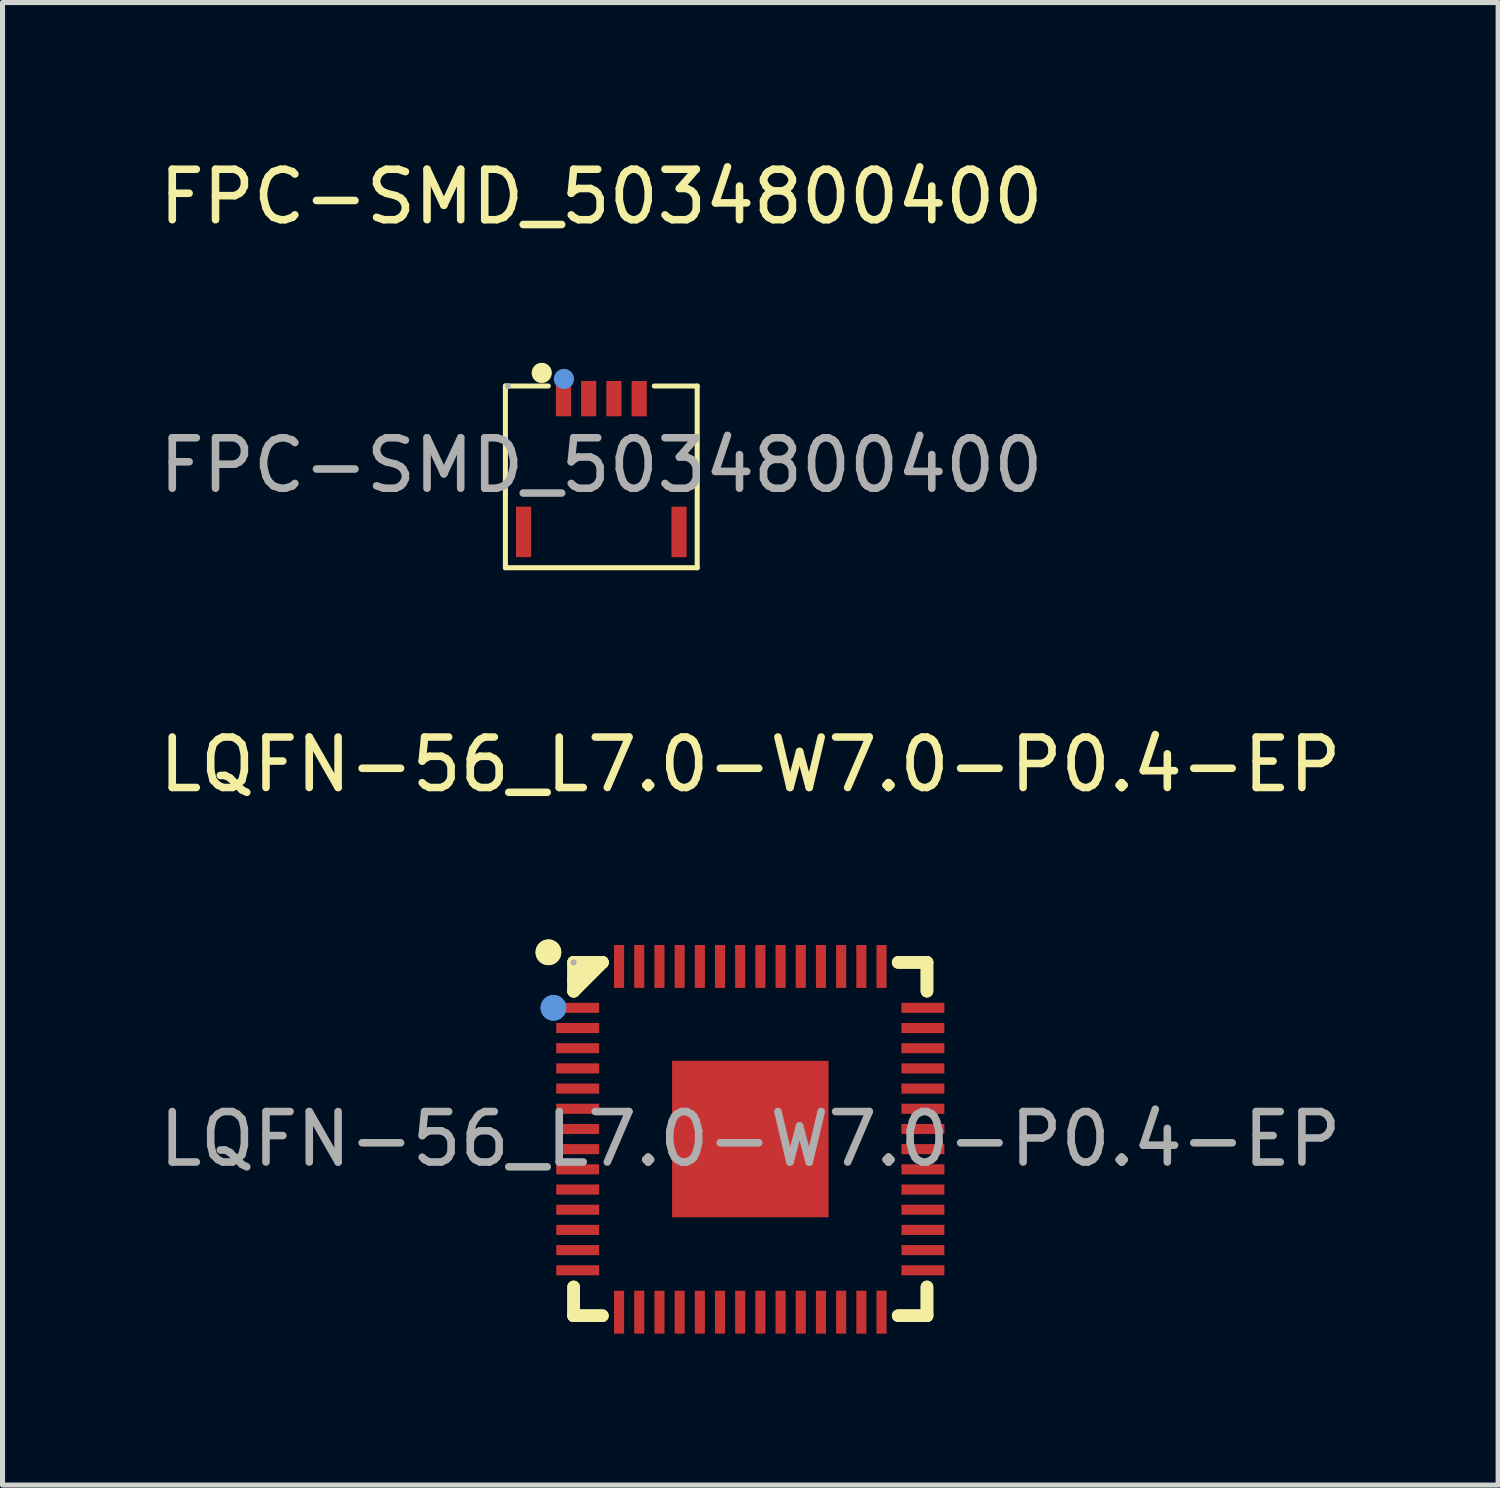
<source format=kicad_pcb>
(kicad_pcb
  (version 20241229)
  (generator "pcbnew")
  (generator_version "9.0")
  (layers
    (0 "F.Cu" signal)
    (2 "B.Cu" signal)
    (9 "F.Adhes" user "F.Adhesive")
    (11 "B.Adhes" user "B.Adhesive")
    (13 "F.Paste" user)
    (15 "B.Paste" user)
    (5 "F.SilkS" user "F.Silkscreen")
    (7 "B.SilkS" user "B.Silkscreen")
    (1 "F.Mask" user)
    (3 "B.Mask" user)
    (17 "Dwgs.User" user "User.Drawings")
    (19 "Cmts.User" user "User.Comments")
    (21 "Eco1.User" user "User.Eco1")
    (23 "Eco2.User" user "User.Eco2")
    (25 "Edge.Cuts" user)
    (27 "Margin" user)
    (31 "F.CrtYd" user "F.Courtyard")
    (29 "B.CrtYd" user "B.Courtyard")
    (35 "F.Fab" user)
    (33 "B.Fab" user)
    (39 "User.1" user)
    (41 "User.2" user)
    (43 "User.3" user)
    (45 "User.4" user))
  (footprint "FPC-SMD_5034800400"
    (layer "F.Cu")
    (at 8.863 6.168)
    (property "Reference" "FPC-SMD_5034800400" (at 0 -5.32 0) (layer "F.SilkS") (effects (font (size 1 1) (thickness 0.15))))
    (attr smd)
    (fp_line (start -1.9 -1.57) (end -1.05 -1.57) (stroke (width 0.1) (type solid)) (layer "F.SilkS"))
    (fp_line (start -1.9 2.03) (end -1.9 -1.57) (stroke (width 0.1) (type solid)) (layer "F.SilkS"))
    (fp_line (start 1.05 -1.57) (end 1.9 -1.57) (stroke (width 0.1) (type solid)) (layer "F.SilkS"))
    (fp_line (start 1.9 -1.57) (end 1.9 2.03) (stroke (width 0.1) (type solid)) (layer "F.SilkS"))
    (fp_line (start 1.9 2.03) (end -1.9 2.03) (stroke (width 0.1) (type solid)) (layer "F.SilkS"))
    (fp_circle (center -1.18 -1.83) (end -1.08 -1.83) (stroke (width 0.2) (type solid)) (fill no) (layer "F.SilkS"))
    (fp_circle (center -0.74 -1.71) (end -0.64 -1.71) (stroke (width 0.2) (type solid)) (fill no) (layer "Cmts.User"))
    (fp_circle (center -1.85 -1.57) (end -1.82 -1.57) (stroke (width 0.06) (type solid)) (fill no) (layer "F.Fab"))
    (fp_text user "${REFERENCE}" (at 0 0 0) (layer "F.Fab") (effects (font (size 1 1) (thickness 0.15))))
    (pad "1" smd rect (at -0.75 -1.32) (size 0.3 0.7) (layers "F.Cu" "F.Mask" "F.Paste"))
    (pad "2" smd rect (at -0.25 -1.32) (size 0.3 0.7) (layers "F.Cu" "F.Mask" "F.Paste"))
    (pad "3" smd rect (at 0.25 -1.32) (size 0.3 0.7) (layers "F.Cu" "F.Mask" "F.Paste"))
    (pad "4" smd rect (at 0.75 -1.32) (size 0.3 0.7) (layers "F.Cu" "F.Mask" "F.Paste"))
    (pad "5" smd rect (at 1.54 1.32) (size 0.3 1) (layers "F.Cu" "F.Mask" "F.Paste"))
    (pad "6" smd rect (at -1.54 1.32) (size 0.3 1) (layers "F.Cu" "F.Mask" "F.Paste")))
  (footprint "LQFN-56_L7.0-W7.0-P0.4-EP"
    (layer "F.Cu")
    (at 11.815 19.517)
    (property "Reference" "LQFN-56_L7.0-W7.0-P0.4-EP" (at 0 -7.42 0) (layer "F.SilkS") (effects (font (size 1 1) (thickness 0.15))))
    (attr smd)
    (fp_line (start -3.5 -3.5) (end -2.93 -3.5) (stroke (width 0.25) (type solid)) (layer "F.SilkS"))
    (fp_line (start -3.5 -3.5) (end -2.93 -3.5) (stroke (width 0.25) (type solid)) (layer "F.SilkS"))
    (fp_line (start -3.5 -2.93) (end -3.5 -3.5) (stroke (width 0.25) (type solid)) (layer "F.SilkS"))
    (fp_line (start -3.5 -2.93) (end -3.5 -3.5) (stroke (width 0.25) (type solid)) (layer "F.SilkS"))
    (fp_line (start -3.5 -2.93) (end -2.93 -3.5) (stroke (width 0.25) (type solid)) (layer "F.SilkS"))
    (fp_line (start -3.5 -2.93) (end -2.93 -3.5) (stroke (width 0.25) (type solid)) (layer "F.SilkS"))
    (fp_line (start -3.5 3.5) (end -3.5 2.93) (stroke (width 0.25) (type solid)) (layer "F.SilkS"))
    (fp_line (start -3.5 3.5) (end -3.5 2.93) (stroke (width 0.25) (type solid)) (layer "F.SilkS"))
    (fp_line (start -3.4 3.5) (end -3.5 3.5) (stroke (width 0.25) (type solid)) (layer "F.SilkS"))
    (fp_line (start -3.4 3.5) (end -3.5 3.5) (stroke (width 0.25) (type solid)) (layer "F.SilkS"))
    (fp_line (start -3.24 -3.5) (end -3.24 -3.4) (stroke (width 0.25) (type solid)) (layer "F.SilkS"))
    (fp_line (start -3.24 -3.5) (end -3.24 -3.4) (stroke (width 0.25) (type solid)) (layer "F.SilkS"))
    (fp_line (start -3.24 -3.4) (end -3.5 -3.14) (stroke (width 0.25) (type solid)) (layer "F.SilkS"))
    (fp_line (start -3.24 -3.4) (end -3.5 -3.14) (stroke (width 0.25) (type solid)) (layer "F.SilkS"))
    (fp_line (start -2.93 3.5) (end -3.4 3.5) (stroke (width 0.25) (type solid)) (layer "F.SilkS"))
    (fp_line (start -2.93 3.5) (end -3.4 3.5) (stroke (width 0.25) (type solid)) (layer "F.SilkS"))
    (fp_line (start 2.93 -3.5) (end 3.5 -3.5) (stroke (width 0.25) (type solid)) (layer "F.SilkS"))
    (fp_line (start 2.93 -3.5) (end 3.5 -3.5) (stroke (width 0.25) (type solid)) (layer "F.SilkS"))
    (fp_line (start 3.5 -3.5) (end 3.5 -2.93) (stroke (width 0.25) (type solid)) (layer "F.SilkS"))
    (fp_line (start 3.5 -3.5) (end 3.5 -2.93) (stroke (width 0.25) (type solid)) (layer "F.SilkS"))
    (fp_line (start 3.5 2.93) (end 3.5 3.5) (stroke (width 0.25) (type solid)) (layer "F.SilkS"))
    (fp_line (start 3.5 2.93) (end 3.5 3.5) (stroke (width 0.25) (type solid)) (layer "F.SilkS"))
    (fp_line (start 3.5 3.5) (end 2.93 3.5) (stroke (width 0.25) (type solid)) (layer "F.SilkS"))
    (fp_line (start 3.5 3.5) (end 2.93 3.5) (stroke (width 0.25) (type solid)) (layer "F.SilkS"))
    (fp_circle (center -4 -3.7) (end -3.87 -3.7) (stroke (width 0.25) (type solid)) (fill no) (layer "F.SilkS"))
    (fp_circle (center -4 -3.7) (end -3.87 -3.7) (stroke (width 0.25) (type solid)) (fill no) (layer "F.SilkS"))
    (fp_circle (center -3.9 -2.6) (end -3.77 -2.6) (stroke (width 0.25) (type solid)) (fill no) (layer "Cmts.User"))
    (fp_circle (center -3.9 -2.6) (end -3.77 -2.6) (stroke (width 0.25) (type solid)) (fill no) (layer "Cmts.User"))
    (fp_circle (center -3.5 -3.5) (end -3.47 -3.5) (stroke (width 0.06) (type solid)) (fill no) (layer "F.Fab"))
    (fp_text user "${REFERENCE}" (at 0 0 0) (layer "F.Fab") (effects (font (size 1 1) (thickness 0.15))))
    (pad "1" smd rect (at -3.42 -2.6) (size 0.85 0.2) (layers "F.Cu" "F.Mask" "F.Paste"))
    (pad "2" smd rect (at -3.42 -2.2) (size 0.85 0.2) (layers "F.Cu" "F.Mask" "F.Paste"))
    (pad "3" smd rect (at -3.42 -1.8) (size 0.85 0.2) (layers "F.Cu" "F.Mask" "F.Paste"))
    (pad "4" smd rect (at -3.42 -1.4) (size 0.85 0.2) (layers "F.Cu" "F.Mask" "F.Paste"))
    (pad "5" smd rect (at -3.42 -1) (size 0.85 0.2) (layers "F.Cu" "F.Mask" "F.Paste"))
    (pad "6" smd rect (at -3.42 -0.6) (size 0.85 0.2) (layers "F.Cu" "F.Mask" "F.Paste"))
    (pad "7" smd rect (at -3.42 -0.2) (size 0.85 0.2) (layers "F.Cu" "F.Mask" "F.Paste"))
    (pad "8" smd rect (at -3.42 0.2) (size 0.85 0.2) (layers "F.Cu" "F.Mask" "F.Paste"))
    (pad "9" smd rect (at -3.42 0.6) (size 0.85 0.2) (layers "F.Cu" "F.Mask" "F.Paste"))
    (pad "10" smd rect (at -3.42 1) (size 0.85 0.2) (layers "F.Cu" "F.Mask" "F.Paste"))
    (pad "11" smd rect (at -3.42 1.4) (size 0.85 0.2) (layers "F.Cu" "F.Mask" "F.Paste"))
    (pad "12" smd rect (at -3.42 1.8) (size 0.85 0.2) (layers "F.Cu" "F.Mask" "F.Paste"))
    (pad "13" smd rect (at -3.42 2.2) (size 0.85 0.2) (layers "F.Cu" "F.Mask" "F.Paste"))
    (pad "14" smd rect (at -3.42 2.6) (size 0.85 0.2) (layers "F.Cu" "F.Mask" "F.Paste"))
    (pad "15" smd rect (at -2.6 3.43 90) (size 0.85 0.2) (layers "F.Cu" "F.Mask" "F.Paste"))
    (pad "16" smd rect (at -2.2 3.43 90) (size 0.85 0.2) (layers "F.Cu" "F.Mask" "F.Paste"))
    (pad "17" smd rect (at -1.8 3.43 90) (size 0.85 0.2) (layers "F.Cu" "F.Mask" "F.Paste"))
    (pad "18" smd rect (at -1.4 3.43 90) (size 0.85 0.2) (layers "F.Cu" "F.Mask" "F.Paste"))
    (pad "19" smd rect (at -1 3.43 90) (size 0.85 0.2) (layers "F.Cu" "F.Mask" "F.Paste"))
    (pad "20" smd rect (at -0.6 3.43 90) (size 0.85 0.2) (layers "F.Cu" "F.Mask" "F.Paste"))
    (pad "21" smd rect (at -0.2 3.43 90) (size 0.85 0.2) (layers "F.Cu" "F.Mask" "F.Paste"))
    (pad "22" smd rect (at 0.2 3.43 90) (size 0.85 0.2) (layers "F.Cu" "F.Mask" "F.Paste"))
    (pad "23" smd rect (at 0.6 3.43 90) (size 0.85 0.2) (layers "F.Cu" "F.Mask" "F.Paste"))
    (pad "24" smd rect (at 1 3.43 90) (size 0.85 0.2) (layers "F.Cu" "F.Mask" "F.Paste"))
    (pad "25" smd rect (at 1.4 3.43 90) (size 0.85 0.2) (layers "F.Cu" "F.Mask" "F.Paste"))
    (pad "26" smd rect (at 1.8 3.43 90) (size 0.85 0.2) (layers "F.Cu" "F.Mask" "F.Paste"))
    (pad "27" smd rect (at 2.2 3.43 90) (size 0.85 0.2) (layers "F.Cu" "F.Mask" "F.Paste"))
    (pad "28" smd rect (at 2.6 3.43 90) (size 0.85 0.2) (layers "F.Cu" "F.Mask" "F.Paste"))
    (pad "29" smd rect (at 3.42 2.6 180) (size 0.85 0.2) (layers "F.Cu" "F.Mask" "F.Paste"))
    (pad "30" smd rect (at 3.42 2.2 180) (size 0.85 0.2) (layers "F.Cu" "F.Mask" "F.Paste"))
    (pad "31" smd rect (at 3.42 1.8 180) (size 0.85 0.2) (layers "F.Cu" "F.Mask" "F.Paste"))
    (pad "32" smd rect (at 3.42 1.4 180) (size 0.85 0.2) (layers "F.Cu" "F.Mask" "F.Paste"))
    (pad "33" smd rect (at 3.42 1 180) (size 0.85 0.2) (layers "F.Cu" "F.Mask" "F.Paste"))
    (pad "34" smd rect (at 3.42 0.6 180) (size 0.85 0.2) (layers "F.Cu" "F.Mask" "F.Paste"))
    (pad "35" smd rect (at 3.42 0.2 180) (size 0.85 0.2) (layers "F.Cu" "F.Mask" "F.Paste"))
    (pad "36" smd rect (at 3.42 -0.2 180) (size 0.85 0.2) (layers "F.Cu" "F.Mask" "F.Paste"))
    (pad "37" smd rect (at 3.42 -0.6 180) (size 0.85 0.2) (layers "F.Cu" "F.Mask" "F.Paste"))
    (pad "38" smd rect (at 3.42 -1 180) (size 0.85 0.2) (layers "F.Cu" "F.Mask" "F.Paste"))
    (pad "39" smd rect (at 3.42 -1.4 180) (size 0.85 0.2) (layers "F.Cu" "F.Mask" "F.Paste"))
    (pad "40" smd rect (at 3.42 -1.8 180) (size 0.85 0.2) (layers "F.Cu" "F.Mask" "F.Paste"))
    (pad "41" smd rect (at 3.42 -2.2 180) (size 0.85 0.2) (layers "F.Cu" "F.Mask" "F.Paste"))
    (pad "42" smd rect (at 3.42 -2.6 180) (size 0.85 0.2) (layers "F.Cu" "F.Mask" "F.Paste"))
    (pad "43" smd rect (at 2.6 -3.42 270) (size 0.85 0.2) (layers "F.Cu" "F.Mask" "F.Paste"))
    (pad "44" smd rect (at 2.2 -3.42 270) (size 0.85 0.2) (layers "F.Cu" "F.Mask" "F.Paste"))
    (pad "45" smd rect (at 1.8 -3.42 270) (size 0.85 0.2) (layers "F.Cu" "F.Mask" "F.Paste"))
    (pad "46" smd rect (at 1.4 -3.42 270) (size 0.85 0.2) (layers "F.Cu" "F.Mask" "F.Paste"))
    (pad "47" smd rect (at 1 -3.42 270) (size 0.85 0.2) (layers "F.Cu" "F.Mask" "F.Paste"))
    (pad "48" smd rect (at 0.6 -3.42 270) (size 0.85 0.2) (layers "F.Cu" "F.Mask" "F.Paste"))
    (pad "49" smd rect (at 0.2 -3.42 270) (size 0.85 0.2) (layers "F.Cu" "F.Mask" "F.Paste"))
    (pad "50" smd rect (at -0.2 -3.42 270) (size 0.85 0.2) (layers "F.Cu" "F.Mask" "F.Paste"))
    (pad "51" smd rect (at -0.6 -3.42 270) (size 0.85 0.2) (layers "F.Cu" "F.Mask" "F.Paste"))
    (pad "52" smd rect (at -1 -3.42 270) (size 0.85 0.2) (layers "F.Cu" "F.Mask" "F.Paste"))
    (pad "53" smd rect (at -1.4 -3.42 270) (size 0.85 0.2) (layers "F.Cu" "F.Mask" "F.Paste"))
    (pad "54" smd rect (at -1.8 -3.42 270) (size 0.85 0.2) (layers "F.Cu" "F.Mask" "F.Paste"))
    (pad "55" smd rect (at -2.2 -3.42 270) (size 0.85 0.2) (layers "F.Cu" "F.Mask" "F.Paste"))
    (pad "56" smd rect (at -2.6 -3.42 270) (size 0.85 0.2) (layers "F.Cu" "F.Mask" "F.Paste"))
    (pad "57" smd rect (at 0 0) (size 3.1 3.1) (layers "F.Cu" "F.Mask" "F.Paste")))
  (gr_rect
    (start -3 -3)
    (end 26.631 26.372)
    (stroke (width 0.1) (type default))
    (fill no)
    (layer "Edge.Cuts")))
</source>
